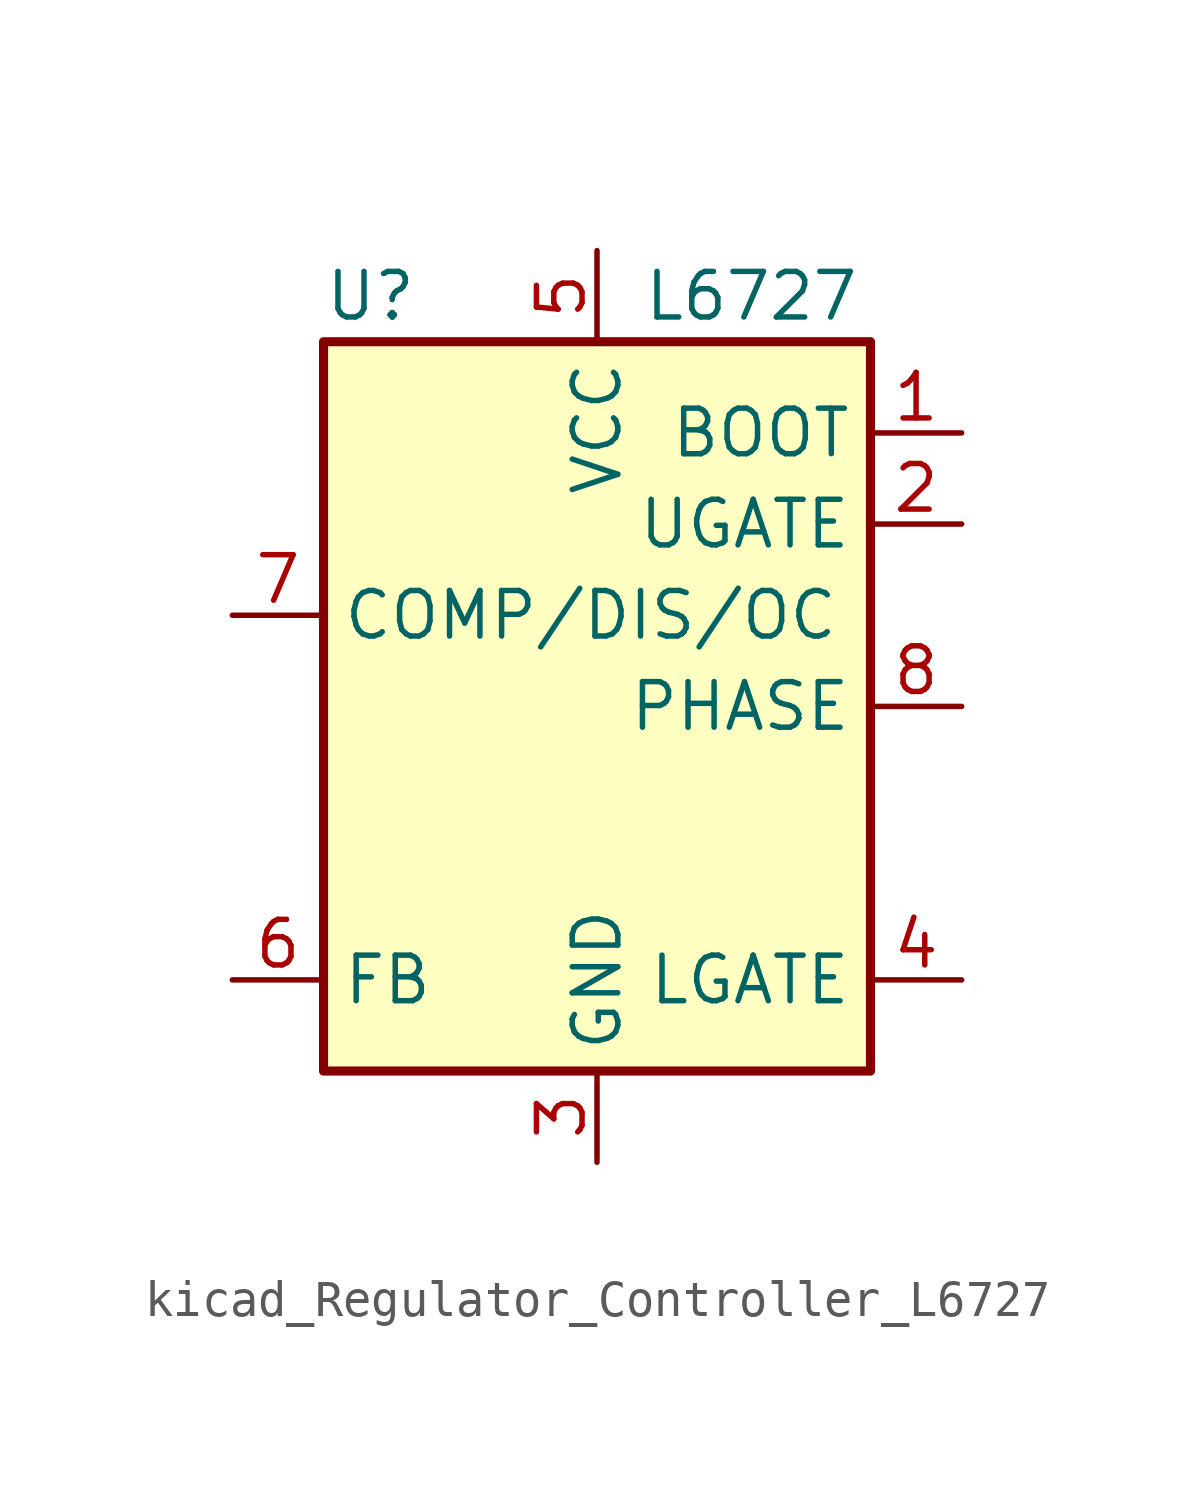
<source format=kicad_sym>
(kicad_symbol_lib
  (version 20220914)
  (generator kicad_symbol_editor)
  (symbol "kicad_Regulator_Controller_L6727"
    (property "Reference" "U"
      (at -7.62 11.43 0)
      (effects (font (size 1.27 1.27)) (justify left)))
    (property "Value" "L6727"
      (at 1.27 11.43 0)
      (effects (font (size 1.27 1.27)) (justify left)))
    (symbol "kicad_Regulator_Controller_L6727_0_0"
      (rectangle (start -7.62 10.16) (end 7.62 -10.16) (stroke (width 0.254) (type default)) (fill (type background))))
    (symbol "kicad_Regulator_Controller_L6727_1_1"
      (pin input line (at 10.16 7.62 180) (length 2.54) (name "BOOT" (effects (font (size 1.27 1.27)))) (number "1" (effects (font (size 1.27 1.27)))))
      (pin output line (at 10.16 5.08 180) (length 2.54) (name "UGATE" (effects (font (size 1.27 1.27)))) (number "2" (effects (font (size 1.27 1.27)))))
      (pin power_in line (at 0 -12.7 90) (length 2.54) (name "GND" (effects (font (size 1.27 1.27)))) (number "3" (effects (font (size 1.27 1.27)))))
      (pin output line (at 10.16 -7.62 180) (length 2.54) (name "LGATE" (effects (font (size 1.27 1.27)))) (number "4" (effects (font (size 1.27 1.27)))))
      (pin power_in line (at 0 12.7 270) (length 2.54) (name "VCC" (effects (font (size 1.27 1.27)))) (number "5" (effects (font (size 1.27 1.27)))))
      (pin input line (at -10.16 -7.62 0) (length 2.54) (name "FB" (effects (font (size 1.27 1.27)))) (number "6" (effects (font (size 1.27 1.27)))))
      (pin input line (at -10.16 2.54 0) (length 2.54) (name "COMP/DIS/OC" (effects (font (size 1.27 1.27)))) (number "7" (effects (font (size 1.27 1.27)))))
      (pin passive line (at 10.16 0 180) (length 2.54) (name "PHASE" (effects (font (size 1.27 1.27)))) (number "8" (effects (font (size 1.27 1.27))))))))
</source>
